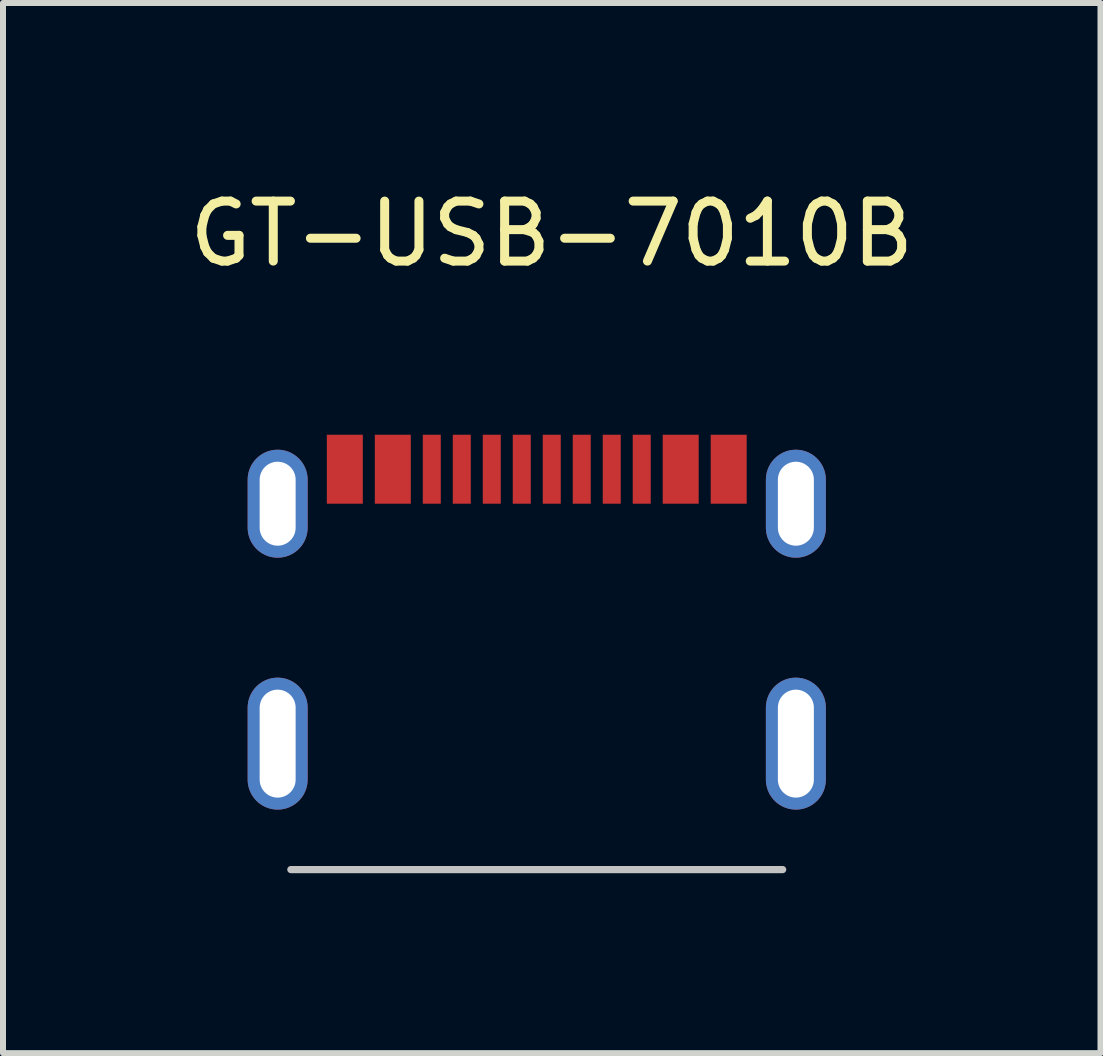
<source format=kicad_pcb>
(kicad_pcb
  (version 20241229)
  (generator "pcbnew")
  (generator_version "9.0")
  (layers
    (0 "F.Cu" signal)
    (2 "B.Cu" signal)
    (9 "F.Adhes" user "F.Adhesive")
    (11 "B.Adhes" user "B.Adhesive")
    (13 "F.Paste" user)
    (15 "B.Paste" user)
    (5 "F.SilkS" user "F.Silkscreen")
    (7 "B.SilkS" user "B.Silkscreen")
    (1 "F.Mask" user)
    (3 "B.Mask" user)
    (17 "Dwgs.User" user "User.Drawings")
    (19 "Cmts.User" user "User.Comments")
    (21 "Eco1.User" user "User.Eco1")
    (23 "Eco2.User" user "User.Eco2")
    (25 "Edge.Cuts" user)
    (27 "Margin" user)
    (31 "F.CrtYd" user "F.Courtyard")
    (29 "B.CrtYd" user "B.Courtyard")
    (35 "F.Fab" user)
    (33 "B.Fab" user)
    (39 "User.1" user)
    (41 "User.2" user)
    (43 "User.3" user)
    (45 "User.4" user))
  (footprint "GT-USB-7010B"
    (layer "F.Cu")
    (at 5.899 5.348)
    (property "Reference" "GT-USB-7010B" (at 0.25 -4.5 0) (layer "F.SilkS") (effects (font (size 1 1) (thickness 0.15))))
    (attr through_hole)
    (fp_line (start -4.1 6.1) (end 4.1 6.1) (stroke (width 0.12) (type solid)) (layer "Dwgs.User"))
    (pad "1" smd rect (at -3.2 -0.575) (size 0.6 1.15) (layers "F.Cu" "F.Mask" "F.Paste"))
    (pad "2" smd rect (at -2.4 -0.575) (size 0.6 1.15) (layers "F.Cu" "F.Mask" "F.Paste"))
    (pad "3" smd rect (at -1.75 -0.575) (size 0.3 1.15) (layers "F.Cu" "F.Mask" "F.Paste"))
    (pad "4" smd rect (at -1.25 -0.575) (size 0.3 1.15) (layers "F.Cu" "F.Mask" "F.Paste"))
    (pad "5" smd rect (at -0.75 -0.575) (size 0.3 1.15) (layers "F.Cu" "F.Mask" "F.Paste"))
    (pad "6" smd rect (at -0.25 -0.575) (size 0.3 1.15) (layers "F.Cu" "F.Mask" "F.Paste"))
    (pad "7" smd rect (at 0.25 -0.575) (size 0.3 1.15) (layers "F.Cu" "F.Mask" "F.Paste"))
    (pad "8" smd rect (at 0.75 -0.575) (size 0.3 1.15) (layers "F.Cu" "F.Mask" "F.Paste"))
    (pad "9" smd rect (at 1.25 -0.575) (size 0.3 1.15) (layers "F.Cu" "F.Mask" "F.Paste"))
    (pad "10" smd rect (at 1.75 -0.575) (size 0.3 1.15) (layers "F.Cu" "F.Mask" "F.Paste"))
    (pad "11" smd rect (at 2.4 -0.575) (size 0.6 1.15) (layers "F.Cu" "F.Mask" "F.Paste"))
    (pad "12" smd rect (at 3.2 -0.575) (size 0.6 1.15) (layers "F.Cu" "F.Mask" "F.Paste"))
    (pad "13" thru_hole oval (at -4.32 0 180) (size 1 1.8) (drill oval 0.6 1.4) (layers "*.Cu" "*.Mask" "F.Paste"))
    (pad "13" thru_hole oval (at -4.32 4) (size 1 2.2) (drill oval 0.6 1.8) (layers "*.Cu" "*.Mask"))
    (pad "13" thru_hole oval (at 4.32 0 180) (size 1 1.8) (drill oval 0.6 1.4) (layers "*.Cu" "*.Mask" "F.Paste"))
    (pad "13" thru_hole oval (at 4.32 4) (size 1 2.2) (drill oval 0.6 1.8) (layers "*.Cu" "*.Mask" "F.Paste")))
  (gr_rect
    (start -3 -3)
    (end 15.298 14.508)
    (stroke (width 0.1) (type default))
    (fill no)
    (layer "Edge.Cuts")))
</source>
